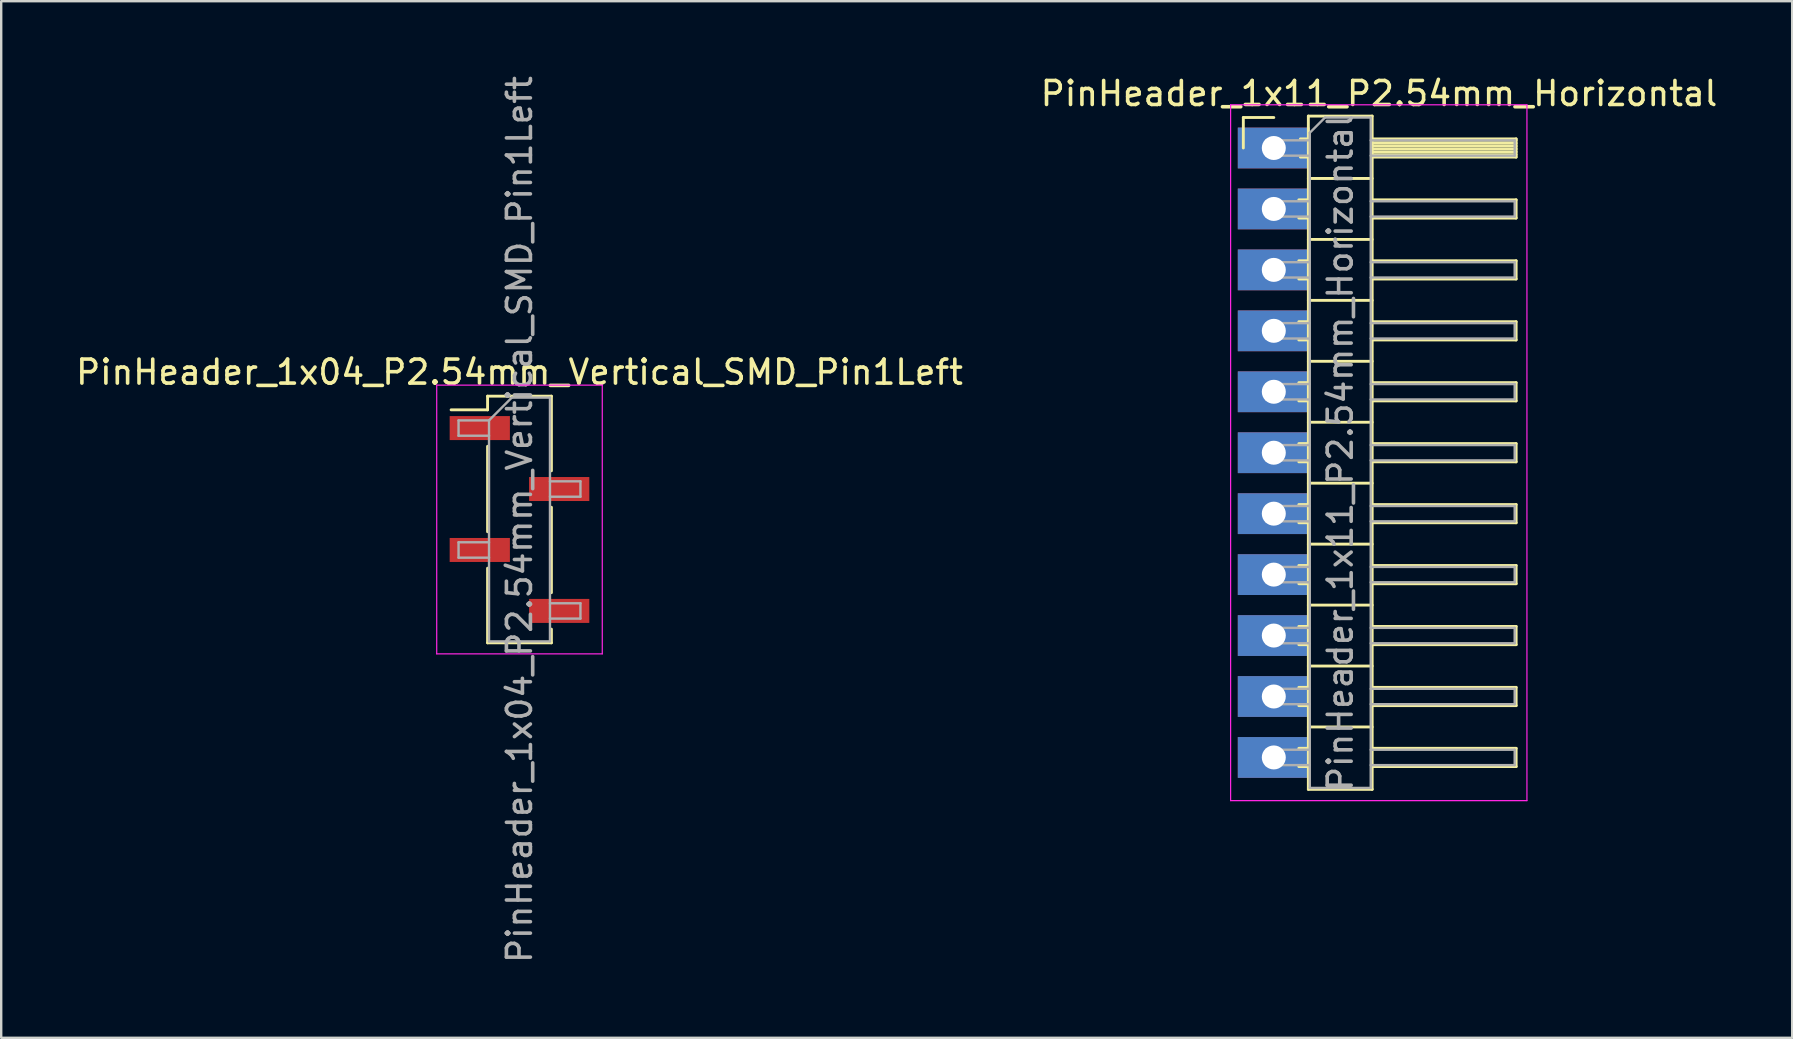
<source format=kicad_pcb>
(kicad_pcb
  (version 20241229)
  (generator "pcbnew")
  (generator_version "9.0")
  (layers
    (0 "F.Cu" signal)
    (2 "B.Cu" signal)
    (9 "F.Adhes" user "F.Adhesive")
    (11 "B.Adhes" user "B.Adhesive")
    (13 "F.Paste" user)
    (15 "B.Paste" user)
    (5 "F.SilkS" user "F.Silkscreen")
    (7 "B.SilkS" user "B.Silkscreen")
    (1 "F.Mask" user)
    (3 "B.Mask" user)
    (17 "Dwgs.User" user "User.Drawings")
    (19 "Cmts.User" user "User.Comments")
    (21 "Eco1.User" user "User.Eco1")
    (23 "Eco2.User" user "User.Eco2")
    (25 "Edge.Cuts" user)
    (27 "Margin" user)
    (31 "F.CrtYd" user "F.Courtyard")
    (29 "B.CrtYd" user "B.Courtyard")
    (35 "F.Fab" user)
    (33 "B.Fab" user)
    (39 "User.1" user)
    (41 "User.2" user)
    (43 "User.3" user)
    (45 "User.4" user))
  (footprint "PinHeader_1x11_P2.54mm_Horizontal"
    (layer "F.Cu")
    (at 50.038 3.118)
    (property "Reference" "PinHeader_1x11_P2.54mm_Horizontal" (at 4.385 -2.27 180) (layer "F.SilkS") (effects (font (size 1 1) (thickness 0.15))))
    (attr through_hole)
    (fp_line (start -1.27 -1.27) (end 0 -1.27) (stroke (width 0.12) (type solid)) (layer "F.SilkS"))
    (fp_line (start -1.27 0) (end -1.27 -1.27) (stroke (width 0.12) (type solid)) (layer "F.SilkS"))
    (fp_line (start 1.043 2.16) (end 1.44 2.16) (stroke (width 0.12) (type solid)) (layer "F.SilkS"))
    (fp_line (start 1.043 2.92) (end 1.44 2.92) (stroke (width 0.12) (type solid)) (layer "F.SilkS"))
    (fp_line (start 1.043 4.7) (end 1.44 4.7) (stroke (width 0.12) (type solid)) (layer "F.SilkS"))
    (fp_line (start 1.043 5.46) (end 1.44 5.46) (stroke (width 0.12) (type solid)) (layer "F.SilkS"))
    (fp_line (start 1.043 7.24) (end 1.44 7.24) (stroke (width 0.12) (type solid)) (layer "F.SilkS"))
    (fp_line (start 1.043 8) (end 1.44 8) (stroke (width 0.12) (type solid)) (layer "F.SilkS"))
    (fp_line (start 1.043 9.78) (end 1.44 9.78) (stroke (width 0.12) (type solid)) (layer "F.SilkS"))
    (fp_line (start 1.043 10.54) (end 1.44 10.54) (stroke (width 0.12) (type solid)) (layer "F.SilkS"))
    (fp_line (start 1.043 12.32) (end 1.44 12.32) (stroke (width 0.12) (type solid)) (layer "F.SilkS"))
    (fp_line (start 1.043 13.08) (end 1.44 13.08) (stroke (width 0.12) (type solid)) (layer "F.SilkS"))
    (fp_line (start 1.043 14.86) (end 1.44 14.86) (stroke (width 0.12) (type solid)) (layer "F.SilkS"))
    (fp_line (start 1.043 15.62) (end 1.44 15.62) (stroke (width 0.12) (type solid)) (layer "F.SilkS"))
    (fp_line (start 1.043 17.4) (end 1.44 17.4) (stroke (width 0.12) (type solid)) (layer "F.SilkS"))
    (fp_line (start 1.043 18.16) (end 1.44 18.16) (stroke (width 0.12) (type solid)) (layer "F.SilkS"))
    (fp_line (start 1.043 19.94) (end 1.44 19.94) (stroke (width 0.12) (type solid)) (layer "F.SilkS"))
    (fp_line (start 1.043 20.7) (end 1.44 20.7) (stroke (width 0.12) (type solid)) (layer "F.SilkS"))
    (fp_line (start 1.043 22.48) (end 1.44 22.48) (stroke (width 0.12) (type solid)) (layer "F.SilkS"))
    (fp_line (start 1.043 23.24) (end 1.44 23.24) (stroke (width 0.12) (type solid)) (layer "F.SilkS"))
    (fp_line (start 1.043 25.02) (end 1.44 25.02) (stroke (width 0.12) (type solid)) (layer "F.SilkS"))
    (fp_line (start 1.043 25.78) (end 1.44 25.78) (stroke (width 0.12) (type solid)) (layer "F.SilkS"))
    (fp_line (start 1.11 -0.38) (end 1.44 -0.38) (stroke (width 0.12) (type solid)) (layer "F.SilkS"))
    (fp_line (start 1.11 0.38) (end 1.44 0.38) (stroke (width 0.12) (type solid)) (layer "F.SilkS"))
    (fp_line (start 1.44 -1.33) (end 1.44 26.73) (stroke (width 0.12) (type solid)) (layer "F.SilkS"))
    (fp_line (start 1.44 1.27) (end 4.1 1.27) (stroke (width 0.12) (type solid)) (layer "F.SilkS"))
    (fp_line (start 1.44 3.81) (end 4.1 3.81) (stroke (width 0.12) (type solid)) (layer "F.SilkS"))
    (fp_line (start 1.44 6.35) (end 4.1 6.35) (stroke (width 0.12) (type solid)) (layer "F.SilkS"))
    (fp_line (start 1.44 8.89) (end 4.1 8.89) (stroke (width 0.12) (type solid)) (layer "F.SilkS"))
    (fp_line (start 1.44 11.43) (end 4.1 11.43) (stroke (width 0.12) (type solid)) (layer "F.SilkS"))
    (fp_line (start 1.44 13.97) (end 4.1 13.97) (stroke (width 0.12) (type solid)) (layer "F.SilkS"))
    (fp_line (start 1.44 16.51) (end 4.1 16.51) (stroke (width 0.12) (type solid)) (layer "F.SilkS"))
    (fp_line (start 1.44 19.05) (end 4.1 19.05) (stroke (width 0.12) (type solid)) (layer "F.SilkS"))
    (fp_line (start 1.44 21.59) (end 4.1 21.59) (stroke (width 0.12) (type solid)) (layer "F.SilkS"))
    (fp_line (start 1.44 24.13) (end 4.1 24.13) (stroke (width 0.12) (type solid)) (layer "F.SilkS"))
    (fp_line (start 1.44 26.73) (end 4.1 26.73) (stroke (width 0.12) (type solid)) (layer "F.SilkS"))
    (fp_line (start 4.1 -1.33) (end 1.44 -1.33) (stroke (width 0.12) (type solid)) (layer "F.SilkS"))
    (fp_line (start 4.1 -0.38) (end 10.1 -0.38) (stroke (width 0.12) (type solid)) (layer "F.SilkS"))
    (fp_line (start 4.1 -0.32) (end 10.1 -0.32) (stroke (width 0.12) (type solid)) (layer "F.SilkS"))
    (fp_line (start 4.1 -0.2) (end 10.1 -0.2) (stroke (width 0.12) (type solid)) (layer "F.SilkS"))
    (fp_line (start 4.1 -0.08) (end 10.1 -0.08) (stroke (width 0.12) (type solid)) (layer "F.SilkS"))
    (fp_line (start 4.1 0.04) (end 10.1 0.04) (stroke (width 0.12) (type solid)) (layer "F.SilkS"))
    (fp_line (start 4.1 0.16) (end 10.1 0.16) (stroke (width 0.12) (type solid)) (layer "F.SilkS"))
    (fp_line (start 4.1 0.28) (end 10.1 0.28) (stroke (width 0.12) (type solid)) (layer "F.SilkS"))
    (fp_line (start 4.1 2.16) (end 10.1 2.16) (stroke (width 0.12) (type solid)) (layer "F.SilkS"))
    (fp_line (start 4.1 4.7) (end 10.1 4.7) (stroke (width 0.12) (type solid)) (layer "F.SilkS"))
    (fp_line (start 4.1 7.24) (end 10.1 7.24) (stroke (width 0.12) (type solid)) (layer "F.SilkS"))
    (fp_line (start 4.1 9.78) (end 10.1 9.78) (stroke (width 0.12) (type solid)) (layer "F.SilkS"))
    (fp_line (start 4.1 12.32) (end 10.1 12.32) (stroke (width 0.12) (type solid)) (layer "F.SilkS"))
    (fp_line (start 4.1 14.86) (end 10.1 14.86) (stroke (width 0.12) (type solid)) (layer "F.SilkS"))
    (fp_line (start 4.1 17.4) (end 10.1 17.4) (stroke (width 0.12) (type solid)) (layer "F.SilkS"))
    (fp_line (start 4.1 19.94) (end 10.1 19.94) (stroke (width 0.12) (type solid)) (layer "F.SilkS"))
    (fp_line (start 4.1 22.48) (end 10.1 22.48) (stroke (width 0.12) (type solid)) (layer "F.SilkS"))
    (fp_line (start 4.1 25.02) (end 10.1 25.02) (stroke (width 0.12) (type solid)) (layer "F.SilkS"))
    (fp_line (start 4.1 26.73) (end 4.1 -1.33) (stroke (width 0.12) (type solid)) (layer "F.SilkS"))
    (fp_line (start 10.1 -0.38) (end 10.1 0.38) (stroke (width 0.12) (type solid)) (layer "F.SilkS"))
    (fp_line (start 10.1 0.38) (end 4.1 0.38) (stroke (width 0.12) (type solid)) (layer "F.SilkS"))
    (fp_line (start 10.1 2.16) (end 10.1 2.92) (stroke (width 0.12) (type solid)) (layer "F.SilkS"))
    (fp_line (start 10.1 2.92) (end 4.1 2.92) (stroke (width 0.12) (type solid)) (layer "F.SilkS"))
    (fp_line (start 10.1 4.7) (end 10.1 5.46) (stroke (width 0.12) (type solid)) (layer "F.SilkS"))
    (fp_line (start 10.1 5.46) (end 4.1 5.46) (stroke (width 0.12) (type solid)) (layer "F.SilkS"))
    (fp_line (start 10.1 7.24) (end 10.1 8) (stroke (width 0.12) (type solid)) (layer "F.SilkS"))
    (fp_line (start 10.1 8) (end 4.1 8) (stroke (width 0.12) (type solid)) (layer "F.SilkS"))
    (fp_line (start 10.1 9.78) (end 10.1 10.54) (stroke (width 0.12) (type solid)) (layer "F.SilkS"))
    (fp_line (start 10.1 10.54) (end 4.1 10.54) (stroke (width 0.12) (type solid)) (layer "F.SilkS"))
    (fp_line (start 10.1 12.32) (end 10.1 13.08) (stroke (width 0.12) (type solid)) (layer "F.SilkS"))
    (fp_line (start 10.1 13.08) (end 4.1 13.08) (stroke (width 0.12) (type solid)) (layer "F.SilkS"))
    (fp_line (start 10.1 14.86) (end 10.1 15.62) (stroke (width 0.12) (type solid)) (layer "F.SilkS"))
    (fp_line (start 10.1 15.62) (end 4.1 15.62) (stroke (width 0.12) (type solid)) (layer "F.SilkS"))
    (fp_line (start 10.1 17.4) (end 10.1 18.16) (stroke (width 0.12) (type solid)) (layer "F.SilkS"))
    (fp_line (start 10.1 18.16) (end 4.1 18.16) (stroke (width 0.12) (type solid)) (layer "F.SilkS"))
    (fp_line (start 10.1 19.94) (end 10.1 20.7) (stroke (width 0.12) (type solid)) (layer "F.SilkS"))
    (fp_line (start 10.1 20.7) (end 4.1 20.7) (stroke (width 0.12) (type solid)) (layer "F.SilkS"))
    (fp_line (start 10.1 22.48) (end 10.1 23.24) (stroke (width 0.12) (type solid)) (layer "F.SilkS"))
    (fp_line (start 10.1 23.24) (end 4.1 23.24) (stroke (width 0.12) (type solid)) (layer "F.SilkS"))
    (fp_line (start 10.1 25.02) (end 10.1 25.78) (stroke (width 0.12) (type solid)) (layer "F.SilkS"))
    (fp_line (start 10.1 25.78) (end 4.1 25.78) (stroke (width 0.12) (type solid)) (layer "F.SilkS"))
    (fp_line (start -1.8 -1.8) (end -1.8 27.2) (stroke (width 0.05) (type solid)) (layer "F.CrtYd"))
    (fp_line (start -1.8 27.2) (end 10.55 27.2) (stroke (width 0.05) (type solid)) (layer "F.CrtYd"))
    (fp_line (start 10.55 -1.8) (end -1.8 -1.8) (stroke (width 0.05) (type solid)) (layer "F.CrtYd"))
    (fp_line (start 10.55 27.2) (end 10.55 -1.8) (stroke (width 0.05) (type solid)) (layer "F.CrtYd"))
    (fp_line (start -0.32 -0.32) (end -0.32 0.32) (stroke (width 0.1) (type solid)) (layer "F.Fab"))
    (fp_line (start -0.32 -0.32) (end 1.5 -0.32) (stroke (width 0.1) (type solid)) (layer "F.Fab"))
    (fp_line (start -0.32 0.32) (end 1.5 0.32) (stroke (width 0.1) (type solid)) (layer "F.Fab"))
    (fp_line (start -0.32 2.22) (end -0.32 2.86) (stroke (width 0.1) (type solid)) (layer "F.Fab"))
    (fp_line (start -0.32 2.22) (end 1.5 2.22) (stroke (width 0.1) (type solid)) (layer "F.Fab"))
    (fp_line (start -0.32 2.86) (end 1.5 2.86) (stroke (width 0.1) (type solid)) (layer "F.Fab"))
    (fp_line (start -0.32 4.76) (end -0.32 5.4) (stroke (width 0.1) (type solid)) (layer "F.Fab"))
    (fp_line (start -0.32 4.76) (end 1.5 4.76) (stroke (width 0.1) (type solid)) (layer "F.Fab"))
    (fp_line (start -0.32 5.4) (end 1.5 5.4) (stroke (width 0.1) (type solid)) (layer "F.Fab"))
    (fp_line (start -0.32 7.3) (end -0.32 7.94) (stroke (width 0.1) (type solid)) (layer "F.Fab"))
    (fp_line (start -0.32 7.3) (end 1.5 7.3) (stroke (width 0.1) (type solid)) (layer "F.Fab"))
    (fp_line (start -0.32 7.94) (end 1.5 7.94) (stroke (width 0.1) (type solid)) (layer "F.Fab"))
    (fp_line (start -0.32 9.84) (end -0.32 10.48) (stroke (width 0.1) (type solid)) (layer "F.Fab"))
    (fp_line (start -0.32 9.84) (end 1.5 9.84) (stroke (width 0.1) (type solid)) (layer "F.Fab"))
    (fp_line (start -0.32 10.48) (end 1.5 10.48) (stroke (width 0.1) (type solid)) (layer "F.Fab"))
    (fp_line (start -0.32 12.38) (end -0.32 13.02) (stroke (width 0.1) (type solid)) (layer "F.Fab"))
    (fp_line (start -0.32 12.38) (end 1.5 12.38) (stroke (width 0.1) (type solid)) (layer "F.Fab"))
    (fp_line (start -0.32 13.02) (end 1.5 13.02) (stroke (width 0.1) (type solid)) (layer "F.Fab"))
    (fp_line (start -0.32 14.92) (end -0.32 15.56) (stroke (width 0.1) (type solid)) (layer "F.Fab"))
    (fp_line (start -0.32 14.92) (end 1.5 14.92) (stroke (width 0.1) (type solid)) (layer "F.Fab"))
    (fp_line (start -0.32 15.56) (end 1.5 15.56) (stroke (width 0.1) (type solid)) (layer "F.Fab"))
    (fp_line (start -0.32 17.46) (end -0.32 18.1) (stroke (width 0.1) (type solid)) (layer "F.Fab"))
    (fp_line (start -0.32 17.46) (end 1.5 17.46) (stroke (width 0.1) (type solid)) (layer "F.Fab"))
    (fp_line (start -0.32 18.1) (end 1.5 18.1) (stroke (width 0.1) (type solid)) (layer "F.Fab"))
    (fp_line (start -0.32 20) (end -0.32 20.64) (stroke (width 0.1) (type solid)) (layer "F.Fab"))
    (fp_line (start -0.32 20) (end 1.5 20) (stroke (width 0.1) (type solid)) (layer "F.Fab"))
    (fp_line (start -0.32 20.64) (end 1.5 20.64) (stroke (width 0.1) (type solid)) (layer "F.Fab"))
    (fp_line (start -0.32 22.54) (end -0.32 23.18) (stroke (width 0.1) (type solid)) (layer "F.Fab"))
    (fp_line (start -0.32 22.54) (end 1.5 22.54) (stroke (width 0.1) (type solid)) (layer "F.Fab"))
    (fp_line (start -0.32 23.18) (end 1.5 23.18) (stroke (width 0.1) (type solid)) (layer "F.Fab"))
    (fp_line (start -0.32 25.08) (end -0.32 25.72) (stroke (width 0.1) (type solid)) (layer "F.Fab"))
    (fp_line (start -0.32 25.08) (end 1.5 25.08) (stroke (width 0.1) (type solid)) (layer "F.Fab"))
    (fp_line (start -0.32 25.72) (end 1.5 25.72) (stroke (width 0.1) (type solid)) (layer "F.Fab"))
    (fp_line (start 1.5 -0.635) (end 2.135 -1.27) (stroke (width 0.1) (type solid)) (layer "F.Fab"))
    (fp_line (start 1.5 26.67) (end 1.5 -0.635) (stroke (width 0.1) (type solid)) (layer "F.Fab"))
    (fp_line (start 2.135 -1.27) (end 4.04 -1.27) (stroke (width 0.1) (type solid)) (layer "F.Fab"))
    (fp_line (start 4.04 -1.27) (end 4.04 26.67) (stroke (width 0.1) (type solid)) (layer "F.Fab"))
    (fp_line (start 4.04 -0.32) (end 10.04 -0.32) (stroke (width 0.1) (type solid)) (layer "F.Fab"))
    (fp_line (start 4.04 0.32) (end 10.04 0.32) (stroke (width 0.1) (type solid)) (layer "F.Fab"))
    (fp_line (start 4.04 2.22) (end 10.04 2.22) (stroke (width 0.1) (type solid)) (layer "F.Fab"))
    (fp_line (start 4.04 2.86) (end 10.04 2.86) (stroke (width 0.1) (type solid)) (layer "F.Fab"))
    (fp_line (start 4.04 4.76) (end 10.04 4.76) (stroke (width 0.1) (type solid)) (layer "F.Fab"))
    (fp_line (start 4.04 5.4) (end 10.04 5.4) (stroke (width 0.1) (type solid)) (layer "F.Fab"))
    (fp_line (start 4.04 7.3) (end 10.04 7.3) (stroke (width 0.1) (type solid)) (layer "F.Fab"))
    (fp_line (start 4.04 7.94) (end 10.04 7.94) (stroke (width 0.1) (type solid)) (layer "F.Fab"))
    (fp_line (start 4.04 9.84) (end 10.04 9.84) (stroke (width 0.1) (type solid)) (layer "F.Fab"))
    (fp_line (start 4.04 10.48) (end 10.04 10.48) (stroke (width 0.1) (type solid)) (layer "F.Fab"))
    (fp_line (start 4.04 12.38) (end 10.04 12.38) (stroke (width 0.1) (type solid)) (layer "F.Fab"))
    (fp_line (start 4.04 13.02) (end 10.04 13.02) (stroke (width 0.1) (type solid)) (layer "F.Fab"))
    (fp_line (start 4.04 14.92) (end 10.04 14.92) (stroke (width 0.1) (type solid)) (layer "F.Fab"))
    (fp_line (start 4.04 15.56) (end 10.04 15.56) (stroke (width 0.1) (type solid)) (layer "F.Fab"))
    (fp_line (start 4.04 17.46) (end 10.04 17.46) (stroke (width 0.1) (type solid)) (layer "F.Fab"))
    (fp_line (start 4.04 18.1) (end 10.04 18.1) (stroke (width 0.1) (type solid)) (layer "F.Fab"))
    (fp_line (start 4.04 20) (end 10.04 20) (stroke (width 0.1) (type solid)) (layer "F.Fab"))
    (fp_line (start 4.04 20.64) (end 10.04 20.64) (stroke (width 0.1) (type solid)) (layer "F.Fab"))
    (fp_line (start 4.04 22.54) (end 10.04 22.54) (stroke (width 0.1) (type solid)) (layer "F.Fab"))
    (fp_line (start 4.04 23.18) (end 10.04 23.18) (stroke (width 0.1) (type solid)) (layer "F.Fab"))
    (fp_line (start 4.04 25.08) (end 10.04 25.08) (stroke (width 0.1) (type solid)) (layer "F.Fab"))
    (fp_line (start 4.04 25.72) (end 10.04 25.72) (stroke (width 0.1) (type solid)) (layer "F.Fab"))
    (fp_line (start 4.04 26.67) (end 1.5 26.67) (stroke (width 0.1) (type solid)) (layer "F.Fab"))
    (fp_line (start 10.04 -0.32) (end 10.04 0.32) (stroke (width 0.1) (type solid)) (layer "F.Fab"))
    (fp_line (start 10.04 2.22) (end 10.04 2.86) (stroke (width 0.1) (type solid)) (layer "F.Fab"))
    (fp_line (start 10.04 4.76) (end 10.04 5.4) (stroke (width 0.1) (type solid)) (layer "F.Fab"))
    (fp_line (start 10.04 7.3) (end 10.04 7.94) (stroke (width 0.1) (type solid)) (layer "F.Fab"))
    (fp_line (start 10.04 9.84) (end 10.04 10.48) (stroke (width 0.1) (type solid)) (layer "F.Fab"))
    (fp_line (start 10.04 12.38) (end 10.04 13.02) (stroke (width 0.1) (type solid)) (layer "F.Fab"))
    (fp_line (start 10.04 14.92) (end 10.04 15.56) (stroke (width 0.1) (type solid)) (layer "F.Fab"))
    (fp_line (start 10.04 17.46) (end 10.04 18.1) (stroke (width 0.1) (type solid)) (layer "F.Fab"))
    (fp_line (start 10.04 20) (end 10.04 20.64) (stroke (width 0.1) (type solid)) (layer "F.Fab"))
    (fp_line (start 10.04 22.54) (end 10.04 23.18) (stroke (width 0.1) (type solid)) (layer "F.Fab"))
    (fp_line (start 10.04 25.08) (end 10.04 25.72) (stroke (width 0.1) (type solid)) (layer "F.Fab"))
    (fp_text user "${REFERENCE}" (at 2.77 12.7 90) (layer "F.Fab") (effects (font (size 1 1) (thickness 0.15))))
    (pad "1" thru_hole rect (at 0 0) (size 3 1.7) (drill 1) (layers "*.Cu" "*.Mask"))
    (pad "2" thru_hole rect (at 0 2.54) (size 3 1.7) (drill 1) (layers "*.Cu" "*.Mask"))
    (pad "3" thru_hole rect (at 0 5.08) (size 3 1.7) (drill 1) (layers "*.Cu" "*.Mask"))
    (pad "4" thru_hole rect (at 0 7.62) (size 3 1.7) (drill 1) (layers "*.Cu" "*.Mask"))
    (pad "5" thru_hole rect (at 0 10.16) (size 3 1.7) (drill 1) (layers "*.Cu" "*.Mask"))
    (pad "6" thru_hole rect (at 0 12.7) (size 3 1.7) (drill 1) (layers "*.Cu" "*.Mask"))
    (pad "7" thru_hole rect (at 0 15.24) (size 3 1.7) (drill 1) (layers "*.Cu" "*.Mask"))
    (pad "8" thru_hole rect (at 0 17.78) (size 3 1.7) (drill 1) (layers "*.Cu" "*.Mask"))
    (pad "9" thru_hole rect (at 0 20.32) (size 3 1.7) (drill 1) (layers "*.Cu" "*.Mask"))
    (pad "10" thru_hole rect (at 0 22.86) (size 3 1.7) (drill 1) (layers "*.Cu" "*.Mask"))
    (pad "11" thru_hole rect (at 0 25.4) (size 3 1.7) (drill 1) (layers "*.Cu" "*.Mask")))
  (footprint "PinHeader_1x04_P2.54mm_Vertical_SMD_Pin1Left"
    (layer "F.Cu")
    (at 18.601 18.601)
    (property "Reference" "PinHeader_1x04_P2.54mm_Vertical_SMD_Pin1Left" (at 0 -6.14 180) (layer "F.SilkS") (effects (font (size 1 1) (thickness 0.15))))
    (attr smd)
    (fp_line (start -1.33 -5.14) (end -1.33 -4.57) (stroke (width 0.12) (type solid)) (layer "F.SilkS"))
    (fp_line (start -1.33 -5.14) (end 1.33 -5.14) (stroke (width 0.12) (type solid)) (layer "F.SilkS"))
    (fp_line (start -1.33 -4.57) (end -2.85 -4.57) (stroke (width 0.12) (type solid)) (layer "F.SilkS"))
    (fp_line (start -1.33 -3.05) (end -1.33 0.51) (stroke (width 0.12) (type solid)) (layer "F.SilkS"))
    (fp_line (start -1.33 2.03) (end -1.33 5.14) (stroke (width 0.12) (type solid)) (layer "F.SilkS"))
    (fp_line (start -1.33 5.14) (end 1.33 5.14) (stroke (width 0.12) (type solid)) (layer "F.SilkS"))
    (fp_line (start 1.33 -5.14) (end 1.33 -2.03) (stroke (width 0.12) (type solid)) (layer "F.SilkS"))
    (fp_line (start 1.33 -0.51) (end 1.33 3.05) (stroke (width 0.12) (type solid)) (layer "F.SilkS"))
    (fp_line (start 1.33 4.57) (end 1.33 5.14) (stroke (width 0.12) (type solid)) (layer "F.SilkS"))
    (fp_line (start -3.45 -5.6) (end -3.45 5.6) (stroke (width 0.05) (type solid)) (layer "F.CrtYd"))
    (fp_line (start -3.45 5.6) (end 3.45 5.6) (stroke (width 0.05) (type solid)) (layer "F.CrtYd"))
    (fp_line (start 3.45 -5.6) (end -3.45 -5.6) (stroke (width 0.05) (type solid)) (layer "F.CrtYd"))
    (fp_line (start 3.45 5.6) (end 3.45 -5.6) (stroke (width 0.05) (type solid)) (layer "F.CrtYd"))
    (fp_line (start -2.54 -4.13) (end -2.54 -3.49) (stroke (width 0.1) (type solid)) (layer "F.Fab"))
    (fp_line (start -2.54 -3.49) (end -1.27 -3.49) (stroke (width 0.1) (type solid)) (layer "F.Fab"))
    (fp_line (start -2.54 0.95) (end -2.54 1.59) (stroke (width 0.1) (type solid)) (layer "F.Fab"))
    (fp_line (start -2.54 1.59) (end -1.27 1.59) (stroke (width 0.1) (type solid)) (layer "F.Fab"))
    (fp_line (start -1.27 -4.13) (end -2.54 -4.13) (stroke (width 0.1) (type solid)) (layer "F.Fab"))
    (fp_line (start -1.27 -4.13) (end -0.32 -5.08) (stroke (width 0.1) (type solid)) (layer "F.Fab"))
    (fp_line (start -1.27 0.95) (end -2.54 0.95) (stroke (width 0.1) (type solid)) (layer "F.Fab"))
    (fp_line (start -1.27 5.08) (end -1.27 -4.13) (stroke (width 0.1) (type solid)) (layer "F.Fab"))
    (fp_line (start -0.32 -5.08) (end 1.27 -5.08) (stroke (width 0.1) (type solid)) (layer "F.Fab"))
    (fp_line (start 1.27 -5.08) (end 1.27 5.08) (stroke (width 0.1) (type solid)) (layer "F.Fab"))
    (fp_line (start 1.27 -1.59) (end 2.54 -1.59) (stroke (width 0.1) (type solid)) (layer "F.Fab"))
    (fp_line (start 1.27 3.49) (end 2.54 3.49) (stroke (width 0.1) (type solid)) (layer "F.Fab"))
    (fp_line (start 1.27 5.08) (end -1.27 5.08) (stroke (width 0.1) (type solid)) (layer "F.Fab"))
    (fp_line (start 2.54 -1.59) (end 2.54 -0.95) (stroke (width 0.1) (type solid)) (layer "F.Fab"))
    (fp_line (start 2.54 -0.95) (end 1.27 -0.95) (stroke (width 0.1) (type solid)) (layer "F.Fab"))
    (fp_line (start 2.54 3.49) (end 2.54 4.13) (stroke (width 0.1) (type solid)) (layer "F.Fab"))
    (fp_line (start 2.54 4.13) (end 1.27 4.13) (stroke (width 0.1) (type solid)) (layer "F.Fab"))
    (fp_text user "${REFERENCE}" (at 0 0 90) (layer "F.Fab") (effects (font (size 1 1) (thickness 0.15))))
    (pad "1" smd rect (at -1.655 -3.81) (size 2.51 1) (layers "F.Cu" "F.Mask" "F.Paste"))
    (pad "2" smd rect (at 1.655 -1.27) (size 2.51 1) (layers "F.Cu" "F.Mask" "F.Paste"))
    (pad "3" smd rect (at -1.655 1.27) (size 2.51 1) (layers "F.Cu" "F.Mask" "F.Paste"))
    (pad "4" smd rect (at 1.655 3.81) (size 2.51 1) (layers "F.Cu" "F.Mask" "F.Paste")))
  (gr_rect
    (start -3 -3)
    (end 71.643 40.202)
    (stroke (width 0.1) (type default))
    (fill no)
    (layer "Edge.Cuts")))
</source>
